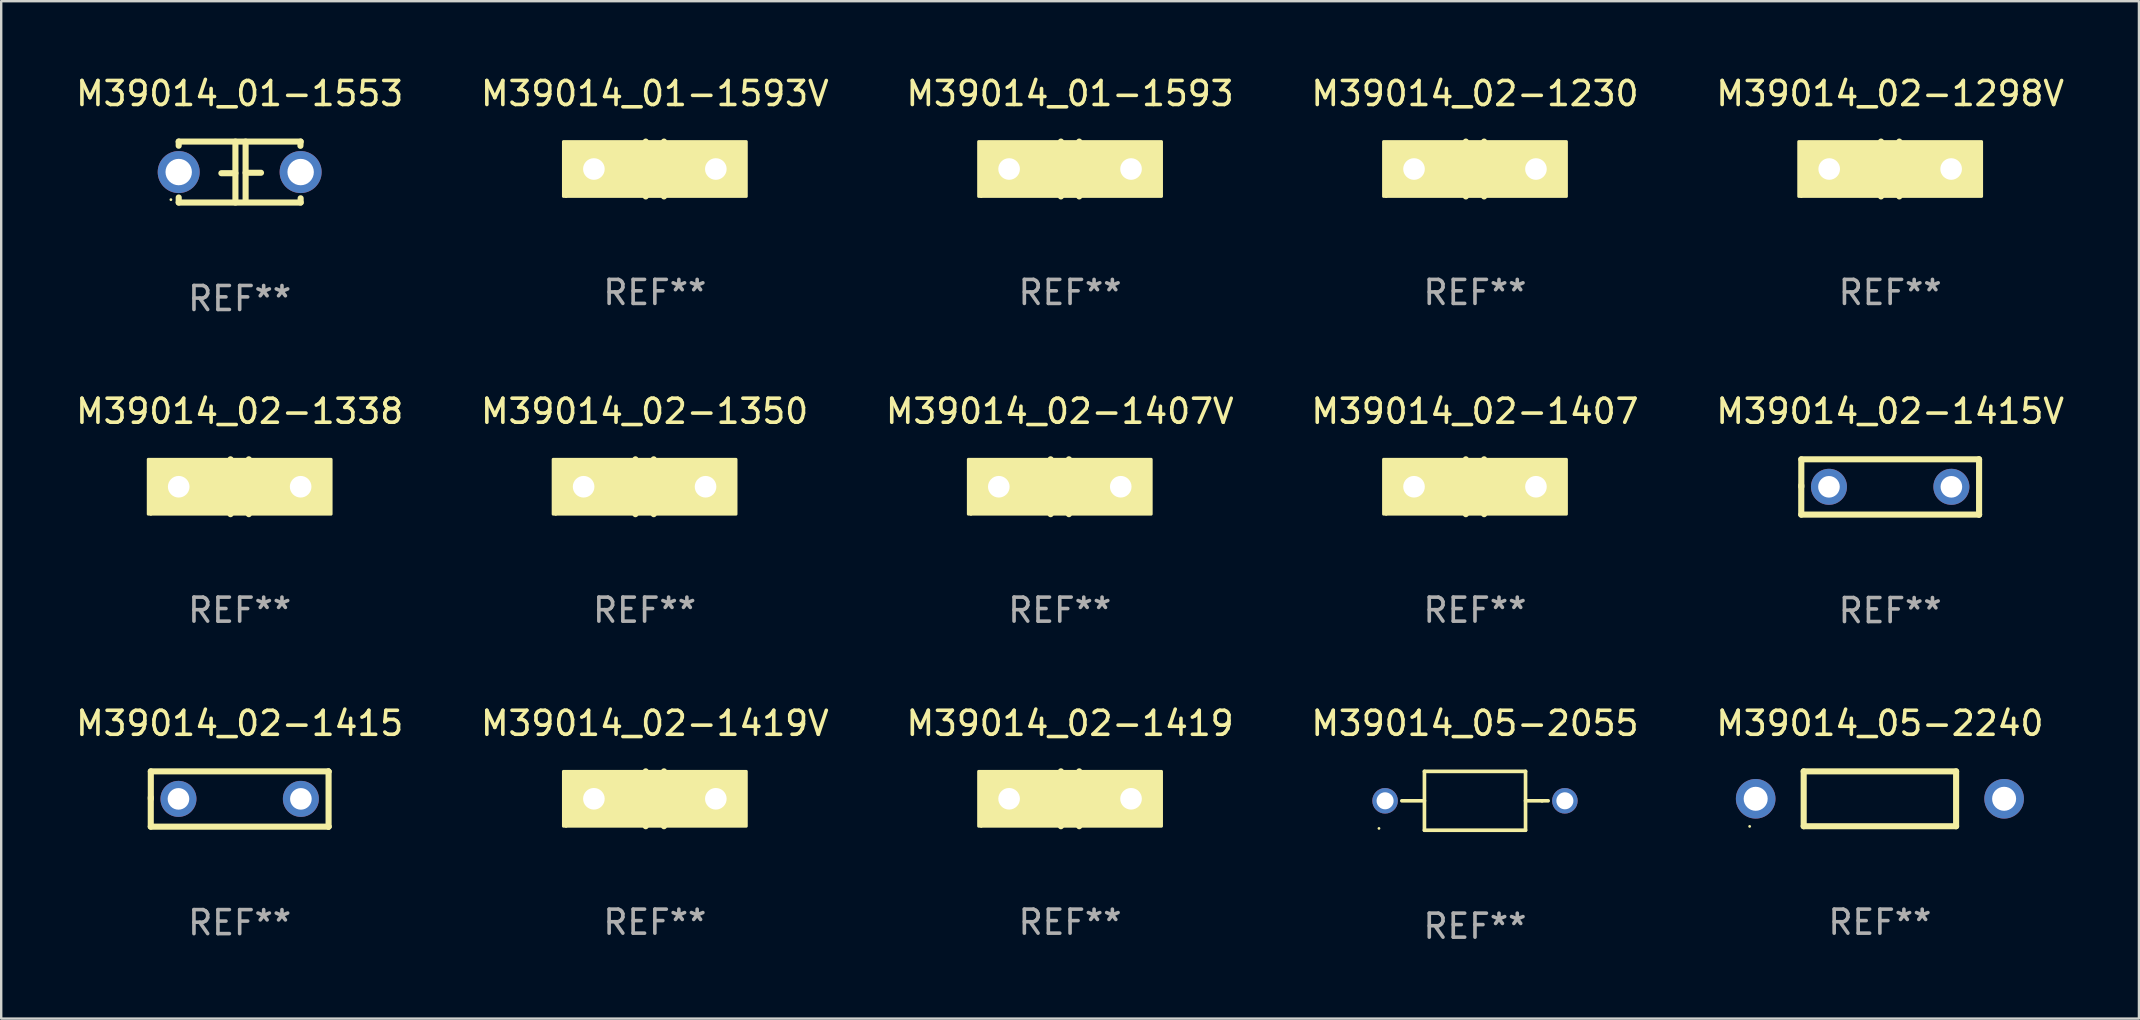
<source format=kicad_pcb>
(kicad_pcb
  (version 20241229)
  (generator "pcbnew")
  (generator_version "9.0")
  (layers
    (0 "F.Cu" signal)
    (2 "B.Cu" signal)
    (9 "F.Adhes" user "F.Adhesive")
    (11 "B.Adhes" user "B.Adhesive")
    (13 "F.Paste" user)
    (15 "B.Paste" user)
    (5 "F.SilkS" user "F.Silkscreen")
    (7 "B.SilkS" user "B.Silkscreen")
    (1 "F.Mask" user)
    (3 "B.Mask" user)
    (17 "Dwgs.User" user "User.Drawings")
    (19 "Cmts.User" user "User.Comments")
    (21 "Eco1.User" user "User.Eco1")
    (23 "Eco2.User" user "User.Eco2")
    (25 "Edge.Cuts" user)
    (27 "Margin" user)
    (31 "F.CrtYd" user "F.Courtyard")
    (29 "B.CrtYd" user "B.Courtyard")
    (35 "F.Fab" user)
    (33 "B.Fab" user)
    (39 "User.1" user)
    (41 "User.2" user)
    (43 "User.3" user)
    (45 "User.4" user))
  (footprint "M39014_02-1407V"
    (layer "F.Cu")
    (at 41.101 17.228)
    (property "Reference" "M39014_02-1407V" (at 0 -3.143 0) (layer "F.SilkS") (effects (font (size 1 1) (thickness 0.15))))
    (attr through_hole)
    (fp_line (start -0.381 -0.017) (end -0.889 -0.017) (stroke (width 0.254) (type solid)) (layer "F.SilkS"))
    (fp_line (start -0.381 1.143) (end -0.381 -1.143) (stroke (width 0.254) (type solid)) (layer "F.SilkS"))
    (fp_line (start 0.381 -1.143) (end 0.381 1.143) (stroke (width 0.254) (type solid)) (layer "F.SilkS"))
    (fp_line (start 0.381 0.017) (end 0.889 0.017) (stroke (width 0.254) (type solid)) (layer "F.SilkS"))
    (fp_circle (center -3.7 1.15) (end -3.67 1.15) (stroke (width 0.06) (type solid)) (fill no) (layer "F.SilkS"))
    (fp_poly (pts (xy -3.81 -1.143) (xy 3.81 -1.143) (xy 3.81 1.143) (xy -3.81 1.143)) (stroke (width 0.12) (type solid)) (fill yes) (layer "F.SilkS"))
    (fp_text user "REF**" (at 0 5.143 0) (layer "F.Fab") (effects (font (size 1 1) (thickness 0.15))))
    (pad "1" thru_hole circle (at -2.54 0) (size 1.524 1.524) (drill 0.9) (layers "*.Cu" "*.Mask"))
    (pad "2" thru_hole circle (at 2.54 0) (size 1.524 1.524) (drill 0.9) (layers "*.Cu" "*.Mask")))
  (footprint "M39014_02-1338"
    (layer "F.Cu")
    (at 6.935 17.228)
    (property "Reference" "M39014_02-1338" (at 0 -3.143 0) (layer "F.SilkS") (effects (font (size 1 1) (thickness 0.15))))
    (attr through_hole)
    (fp_line (start -0.381 -0.017) (end -0.889 -0.017) (stroke (width 0.254) (type solid)) (layer "F.SilkS"))
    (fp_line (start -0.381 1.143) (end -0.381 -1.143) (stroke (width 0.254) (type solid)) (layer "F.SilkS"))
    (fp_line (start 0.381 -1.143) (end 0.381 1.143) (stroke (width 0.254) (type solid)) (layer "F.SilkS"))
    (fp_line (start 0.381 0.017) (end 0.889 0.017) (stroke (width 0.254) (type solid)) (layer "F.SilkS"))
    (fp_circle (center -3.7 1.15) (end -3.67 1.15) (stroke (width 0.06) (type solid)) (fill no) (layer "F.SilkS"))
    (fp_poly (pts (xy -3.81 -1.143) (xy 3.81 -1.143) (xy 3.81 1.143) (xy -3.81 1.143)) (stroke (width 0.12) (type solid)) (fill yes) (layer "F.SilkS"))
    (fp_text user "REF**" (at 0 5.143 0) (layer "F.Fab") (effects (font (size 1 1) (thickness 0.15))))
    (pad "1" thru_hole circle (at -2.54 0) (size 1.524 1.524) (drill 0.9) (layers "*.Cu" "*.Mask"))
    (pad "2" thru_hole circle (at 2.54 0) (size 1.524 1.524) (drill 0.9) (layers "*.Cu" "*.Mask")))
  (footprint "M39014_02-1350"
    (layer "F.Cu")
    (at 23.804 17.228)
    (property "Reference" "M39014_02-1350" (at 0 -3.143 0) (layer "F.SilkS") (effects (font (size 1 1) (thickness 0.15))))
    (attr through_hole)
    (fp_line (start -0.381 -0.017) (end -0.889 -0.017) (stroke (width 0.254) (type solid)) (layer "F.SilkS"))
    (fp_line (start -0.381 1.143) (end -0.381 -1.143) (stroke (width 0.254) (type solid)) (layer "F.SilkS"))
    (fp_line (start 0.381 -1.143) (end 0.381 1.143) (stroke (width 0.254) (type solid)) (layer "F.SilkS"))
    (fp_line (start 0.381 0.017) (end 0.889 0.017) (stroke (width 0.254) (type solid)) (layer "F.SilkS"))
    (fp_circle (center -3.7 1.15) (end -3.67 1.15) (stroke (width 0.06) (type solid)) (fill no) (layer "F.SilkS"))
    (fp_poly (pts (xy -3.81 -1.143) (xy 3.81 -1.143) (xy 3.81 1.143) (xy -3.81 1.143)) (stroke (width 0.12) (type solid)) (fill yes) (layer "F.SilkS"))
    (fp_text user "REF**" (at 0 5.143 0) (layer "F.Fab") (effects (font (size 1 1) (thickness 0.15))))
    (pad "1" thru_hole circle (at -2.54 0) (size 1.524 1.524) (drill 0.9) (layers "*.Cu" "*.Mask"))
    (pad "2" thru_hole circle (at 2.54 0) (size 1.524 1.524) (drill 0.9) (layers "*.Cu" "*.Mask")))
  (footprint "M39014_02-1415V"
    (layer "F.Cu")
    (at 75.696 17.237)
    (property "Reference" "M39014_02-1415V" (at 0 -3.152 0) (layer "F.SilkS") (effects (font (size 1 1) (thickness 0.15))))
    (attr through_hole)
    (fp_line (start -3.704 1.152) (end -3.704 -0.067) (stroke (width 0.254) (type solid)) (layer "F.SilkS"))
    (fp_line (start -3.702 -1.152) (end 3.698 -1.152) (stroke (width 0.254) (type solid)) (layer "F.SilkS"))
    (fp_line (start -3.702 -0.009) (end -3.702 -1.152) (stroke (width 0.254) (type solid)) (layer "F.SilkS"))
    (fp_line (start 3.698 -1.152) (end 3.704 -1.146) (stroke (width 0.254) (type solid)) (layer "F.SilkS"))
    (fp_line (start 3.703 1.152) (end -3.704 1.152) (stroke (width 0.254) (type solid)) (layer "F.SilkS"))
    (fp_line (start 3.704 -1.146) (end 3.704 1.151) (stroke (width 0.254) (type solid)) (layer "F.SilkS"))
    (fp_line (start 3.704 1.151) (end 3.703 1.152) (stroke (width 0.254) (type solid)) (layer "F.SilkS"))
    (fp_circle (center -3.7 1.144) (end -3.67 1.144) (stroke (width 0.06) (type solid)) (fill no) (layer "F.SilkS"))
    (fp_text user "REF**" (at 0 5.152 0) (layer "F.Fab") (effects (font (size 1 1) (thickness 0.15))))
    (pad "1" thru_hole circle (at -2.55 -0.006) (size 1.5 1.5) (drill 0.9) (layers "*.Cu" "*.Mask"))
    (pad "2" thru_hole circle (at 2.55 -0.006) (size 1.5 1.5) (drill 0.9) (layers "*.Cu" "*.Mask")))
  (footprint "M39014_01-1593V"
    (layer "F.Cu")
    (at 24.232 3.991)
    (property "Reference" "M39014_01-1593V" (at 0 -3.143 0) (layer "F.SilkS") (effects (font (size 1 1) (thickness 0.15))))
    (attr through_hole)
    (fp_line (start -0.381 -0.017) (end -0.889 -0.017) (stroke (width 0.254) (type solid)) (layer "F.SilkS"))
    (fp_line (start -0.381 1.143) (end -0.381 -1.143) (stroke (width 0.254) (type solid)) (layer "F.SilkS"))
    (fp_line (start 0.381 -1.143) (end 0.381 1.143) (stroke (width 0.254) (type solid)) (layer "F.SilkS"))
    (fp_line (start 0.381 0.017) (end 0.889 0.017) (stroke (width 0.254) (type solid)) (layer "F.SilkS"))
    (fp_circle (center -3.7 1.15) (end -3.67 1.15) (stroke (width 0.06) (type solid)) (fill no) (layer "F.SilkS"))
    (fp_poly (pts (xy -3.81 -1.143) (xy 3.81 -1.143) (xy 3.81 1.143) (xy -3.81 1.143)) (stroke (width 0.12) (type solid)) (fill yes) (layer "F.SilkS"))
    (fp_text user "REF**" (at 0 5.143 0) (layer "F.Fab") (effects (font (size 1 1) (thickness 0.15))))
    (pad "1" thru_hole circle (at -2.54 0) (size 1.524 1.524) (drill 0.9) (layers "*.Cu" "*.Mask"))
    (pad "2" thru_hole circle (at 2.54 0) (size 1.524 1.524) (drill 0.9) (layers "*.Cu" "*.Mask")))
  (footprint "M39014_01-1553"
    (layer "F.Cu")
    (at 6.935 4.118)
    (property "Reference" "M39014_01-1553" (at 0 -3.27 0) (layer "F.SilkS") (effects (font (size 1 1) (thickness 0.15))))
    (attr through_hole)
    (fp_line (start -2.54 -1.27) (end 2.54 -1.27) (stroke (width 0.254) (type solid)) (layer "F.SilkS"))
    (fp_line (start -2.54 -1.097) (end -2.54 -1.27) (stroke (width 0.254) (type solid)) (layer "F.SilkS"))
    (fp_line (start -2.54 1.27) (end -2.54 1.059) (stroke (width 0.254) (type solid)) (layer "F.SilkS"))
    (fp_line (start -0.177 -1.27) (end -0.177 1.27) (stroke (width 0.254) (type solid)) (layer "F.SilkS"))
    (fp_line (start -0.177 0.048) (end -0.762 0.048) (stroke (width 0.254) (type solid)) (layer "F.SilkS"))
    (fp_line (start 0.247 -1.27) (end 0.247 1.143) (stroke (width 0.254) (type solid)) (layer "F.SilkS"))
    (fp_line (start 0.247 0.029) (end 0.889 0.029) (stroke (width 0.254) (type solid)) (layer "F.SilkS"))
    (fp_line (start 2.54 -1.27) (end 2.531 -1.092) (stroke (width 0.254) (type solid)) (layer "F.SilkS"))
    (fp_line (start 2.54 1.092) (end 2.54 1.27) (stroke (width 0.254) (type solid)) (layer "F.SilkS"))
    (fp_line (start 2.54 1.27) (end -2.54 1.27) (stroke (width 0.254) (type solid)) (layer "F.SilkS"))
    (fp_circle (center -2.865 1.15) (end -2.835 1.15) (stroke (width 0.06) (type solid)) (fill no) (layer "F.SilkS"))
    (fp_text user "REF**" (at 0 5.27 0) (layer "F.Fab") (effects (font (size 1 1) (thickness 0.15))))
    (pad "1" thru_hole circle (at -2.54 0) (size 1.75 1.75) (drill 1.1) (layers "*.Cu" "*.Mask"))
    (pad "2" thru_hole circle (at 2.54 0) (size 1.75 1.75) (drill 1.1) (layers "*.Cu" "*.Mask")))
  (footprint "M39014_02-1298V"
    (layer "F.Cu")
    (at 75.696 3.991)
    (property "Reference" "M39014_02-1298V" (at 0 -3.143 0) (layer "F.SilkS") (effects (font (size 1 1) (thickness 0.15))))
    (attr through_hole)
    (fp_line (start -0.381 -0.017) (end -0.889 -0.017) (stroke (width 0.254) (type solid)) (layer "F.SilkS"))
    (fp_line (start -0.381 1.143) (end -0.381 -1.143) (stroke (width 0.254) (type solid)) (layer "F.SilkS"))
    (fp_line (start 0.381 -1.143) (end 0.381 1.143) (stroke (width 0.254) (type solid)) (layer "F.SilkS"))
    (fp_line (start 0.381 0.017) (end 0.889 0.017) (stroke (width 0.254) (type solid)) (layer "F.SilkS"))
    (fp_circle (center -3.7 1.15) (end -3.67 1.15) (stroke (width 0.06) (type solid)) (fill no) (layer "F.SilkS"))
    (fp_poly (pts (xy -3.81 -1.143) (xy 3.81 -1.143) (xy 3.81 1.143) (xy -3.81 1.143)) (stroke (width 0.12) (type solid)) (fill yes) (layer "F.SilkS"))
    (fp_text user "REF**" (at 0 5.143 0) (layer "F.Fab") (effects (font (size 1 1) (thickness 0.15))))
    (pad "1" thru_hole circle (at -2.54 0) (size 1.524 1.524) (drill 0.9) (layers "*.Cu" "*.Mask"))
    (pad "2" thru_hole circle (at 2.54 0) (size 1.524 1.524) (drill 0.9) (layers "*.Cu" "*.Mask")))
  (footprint "M39014_02-1415"
    (layer "F.Cu")
    (at 6.935 30.238)
    (property "Reference" "M39014_02-1415" (at 0 -3.152 0) (layer "F.SilkS") (effects (font (size 1 1) (thickness 0.15))))
    (attr through_hole)
    (fp_line (start -3.704 1.152) (end -3.704 -0.067) (stroke (width 0.254) (type solid)) (layer "F.SilkS"))
    (fp_line (start -3.702 -1.152) (end 3.698 -1.152) (stroke (width 0.254) (type solid)) (layer "F.SilkS"))
    (fp_line (start -3.702 -0.009) (end -3.702 -1.152) (stroke (width 0.254) (type solid)) (layer "F.SilkS"))
    (fp_line (start 3.698 -1.152) (end 3.704 -1.146) (stroke (width 0.254) (type solid)) (layer "F.SilkS"))
    (fp_line (start 3.703 1.152) (end -3.704 1.152) (stroke (width 0.254) (type solid)) (layer "F.SilkS"))
    (fp_line (start 3.704 -1.146) (end 3.704 1.151) (stroke (width 0.254) (type solid)) (layer "F.SilkS"))
    (fp_line (start 3.704 1.151) (end 3.703 1.152) (stroke (width 0.254) (type solid)) (layer "F.SilkS"))
    (fp_circle (center -3.7 1.144) (end -3.67 1.144) (stroke (width 0.06) (type solid)) (fill no) (layer "F.SilkS"))
    (fp_text user "REF**" (at 0 5.152 0) (layer "F.Fab") (effects (font (size 1 1) (thickness 0.15))))
    (pad "1" thru_hole circle (at -2.55 -0.006) (size 1.5 1.5) (drill 0.9) (layers "*.Cu" "*.Mask"))
    (pad "2" thru_hole circle (at 2.55 -0.006) (size 1.5 1.5) (drill 0.9) (layers "*.Cu" "*.Mask")))
  (footprint "M39014_02-1419V"
    (layer "F.Cu")
    (at 24.232 30.228)
    (property "Reference" "M39014_02-1419V" (at 0 -3.143 0) (layer "F.SilkS") (effects (font (size 1 1) (thickness 0.15))))
    (attr through_hole)
    (fp_line (start -0.381 -0.017) (end -0.889 -0.017) (stroke (width 0.254) (type solid)) (layer "F.SilkS"))
    (fp_line (start -0.381 1.143) (end -0.381 -1.143) (stroke (width 0.254) (type solid)) (layer "F.SilkS"))
    (fp_line (start 0.381 -1.143) (end 0.381 1.143) (stroke (width 0.254) (type solid)) (layer "F.SilkS"))
    (fp_line (start 0.381 0.017) (end 0.889 0.017) (stroke (width 0.254) (type solid)) (layer "F.SilkS"))
    (fp_circle (center -3.7 1.15) (end -3.67 1.15) (stroke (width 0.06) (type solid)) (fill no) (layer "F.SilkS"))
    (fp_poly (pts (xy -3.81 -1.143) (xy 3.81 -1.143) (xy 3.81 1.143) (xy -3.81 1.143)) (stroke (width 0.12) (type solid)) (fill yes) (layer "F.SilkS"))
    (fp_text user "REF**" (at 0 5.143 0) (layer "F.Fab") (effects (font (size 1 1) (thickness 0.15))))
    (pad "1" thru_hole circle (at -2.54 0) (size 1.524 1.524) (drill 0.9) (layers "*.Cu" "*.Mask"))
    (pad "2" thru_hole circle (at 2.54 0) (size 1.524 1.524) (drill 0.9) (layers "*.Cu" "*.Mask")))
  (footprint "M39014_02-1407"
    (layer "F.Cu")
    (at 58.399 17.228)
    (property "Reference" "M39014_02-1407" (at 0 -3.143 0) (layer "F.SilkS") (effects (font (size 1 1) (thickness 0.15))))
    (attr through_hole)
    (fp_line (start -0.381 -0.017) (end -0.889 -0.017) (stroke (width 0.254) (type solid)) (layer "F.SilkS"))
    (fp_line (start -0.381 1.143) (end -0.381 -1.143) (stroke (width 0.254) (type solid)) (layer "F.SilkS"))
    (fp_line (start 0.381 -1.143) (end 0.381 1.143) (stroke (width 0.254) (type solid)) (layer "F.SilkS"))
    (fp_line (start 0.381 0.017) (end 0.889 0.017) (stroke (width 0.254) (type solid)) (layer "F.SilkS"))
    (fp_circle (center -3.7 1.15) (end -3.67 1.15) (stroke (width 0.06) (type solid)) (fill no) (layer "F.SilkS"))
    (fp_poly (pts (xy -3.81 -1.143) (xy 3.81 -1.143) (xy 3.81 1.143) (xy -3.81 1.143)) (stroke (width 0.12) (type solid)) (fill yes) (layer "F.SilkS"))
    (fp_text user "REF**" (at 0 5.143 0) (layer "F.Fab") (effects (font (size 1 1) (thickness 0.15))))
    (pad "1" thru_hole circle (at -2.54 0) (size 1.524 1.524) (drill 0.9) (layers "*.Cu" "*.Mask"))
    (pad "2" thru_hole circle (at 2.54 0) (size 1.524 1.524) (drill 0.9) (layers "*.Cu" "*.Mask")))
  (footprint "M39014_05-2055"
    (layer "F.Cu")
    (at 58.399 30.312)
    (property "Reference" "M39014_05-2055" (at 0 -3.226 0) (layer "F.SilkS") (effects (font (size 1 1) (thickness 0.15))))
    (attr through_hole)
    (fp_line (start -3.048 0) (end -2.106 0) (stroke (width 0.152) (type solid)) (layer "F.SilkS"))
    (fp_line (start -2.106 -1.226) (end 2.106 -1.226) (stroke (width 0.152) (type solid)) (layer "F.SilkS"))
    (fp_line (start -2.106 1.226) (end -2.106 -1.226) (stroke (width 0.152) (type solid)) (layer "F.SilkS"))
    (fp_line (start 2.106 -1.226) (end 2.106 1.226) (stroke (width 0.152) (type solid)) (layer "F.SilkS"))
    (fp_line (start 2.106 1.226) (end -2.106 1.226) (stroke (width 0.152) (type solid)) (layer "F.SilkS"))
    (fp_line (start 2.794 0) (end 2.106 0) (stroke (width 0.152) (type solid)) (layer "F.SilkS"))
    (fp_line (start 2.794 0) (end 3.048 0) (stroke (width 0.152) (type solid)) (layer "F.SilkS"))
    (fp_circle (center -4 1.15) (end -3.97 1.15) (stroke (width 0.06) (type solid)) (fill no) (layer "F.SilkS"))
    (fp_text user "REF**" (at 0 5.226 0) (layer "F.Fab") (effects (font (size 1 1) (thickness 0.15))))
    (pad "1" thru_hole circle (at -3.745 0) (size 1.065 1.065) (drill 0.71) (layers "*.Cu" "*.Mask"))
    (pad "2" thru_hole circle (at 3.745 0) (size 1.065 1.065) (drill 0.71) (layers "*.Cu" "*.Mask")))
  (footprint "M39014_02-1230"
    (layer "F.Cu")
    (at 58.399 3.991)
    (property "Reference" "M39014_02-1230" (at 0 -3.143 0) (layer "F.SilkS") (effects (font (size 1 1) (thickness 0.15))))
    (attr through_hole)
    (fp_line (start -0.381 -0.017) (end -0.889 -0.017) (stroke (width 0.254) (type solid)) (layer "F.SilkS"))
    (fp_line (start -0.381 1.143) (end -0.381 -1.143) (stroke (width 0.254) (type solid)) (layer "F.SilkS"))
    (fp_line (start 0.381 -1.143) (end 0.381 1.143) (stroke (width 0.254) (type solid)) (layer "F.SilkS"))
    (fp_line (start 0.381 0.017) (end 0.889 0.017) (stroke (width 0.254) (type solid)) (layer "F.SilkS"))
    (fp_circle (center -3.7 1.15) (end -3.67 1.15) (stroke (width 0.06) (type solid)) (fill no) (layer "F.SilkS"))
    (fp_poly (pts (xy -3.81 -1.143) (xy 3.81 -1.143) (xy 3.81 1.143) (xy -3.81 1.143)) (stroke (width 0.12) (type solid)) (fill yes) (layer "F.SilkS"))
    (fp_text user "REF**" (at 0 5.143 0) (layer "F.Fab") (effects (font (size 1 1) (thickness 0.15))))
    (pad "1" thru_hole circle (at -2.54 0) (size 1.524 1.524) (drill 0.9) (layers "*.Cu" "*.Mask"))
    (pad "2" thru_hole circle (at 2.54 0) (size 1.524 1.524) (drill 0.9) (layers "*.Cu" "*.Mask")))
  (footprint "M39014_02-1419"
    (layer "F.Cu")
    (at 41.53 30.228)
    (property "Reference" "M39014_02-1419" (at 0 -3.143 0) (layer "F.SilkS") (effects (font (size 1 1) (thickness 0.15))))
    (attr through_hole)
    (fp_line (start -0.381 -0.017) (end -0.889 -0.017) (stroke (width 0.254) (type solid)) (layer "F.SilkS"))
    (fp_line (start -0.381 1.143) (end -0.381 -1.143) (stroke (width 0.254) (type solid)) (layer "F.SilkS"))
    (fp_line (start 0.381 -1.143) (end 0.381 1.143) (stroke (width 0.254) (type solid)) (layer "F.SilkS"))
    (fp_line (start 0.381 0.017) (end 0.889 0.017) (stroke (width 0.254) (type solid)) (layer "F.SilkS"))
    (fp_circle (center -3.7 1.15) (end -3.67 1.15) (stroke (width 0.06) (type solid)) (fill no) (layer "F.SilkS"))
    (fp_poly (pts (xy -3.81 -1.143) (xy 3.81 -1.143) (xy 3.81 1.143) (xy -3.81 1.143)) (stroke (width 0.12) (type solid)) (fill yes) (layer "F.SilkS"))
    (fp_text user "REF**" (at 0 5.143 0) (layer "F.Fab") (effects (font (size 1 1) (thickness 0.15))))
    (pad "1" thru_hole circle (at -2.54 0) (size 1.524 1.524) (drill 0.9) (layers "*.Cu" "*.Mask"))
    (pad "2" thru_hole circle (at 2.54 0) (size 1.524 1.524) (drill 0.9) (layers "*.Cu" "*.Mask")))
  (footprint "M39014_05-2240"
    (layer "F.Cu")
    (at 75.268 30.228)
    (property "Reference" "M39014_05-2240" (at 0 -3.143 0) (layer "F.SilkS") (effects (font (size 1 1) (thickness 0.15))))
    (attr through_hole)
    (fp_line (start -3.175 -1.143) (end -3.175 1.143) (stroke (width 0.254) (type solid)) (layer "F.SilkS"))
    (fp_line (start -3.175 1.143) (end 3.175 1.143) (stroke (width 0.254) (type solid)) (layer "F.SilkS"))
    (fp_line (start 3.175 -1.143) (end -3.175 -1.143) (stroke (width 0.254) (type solid)) (layer "F.SilkS"))
    (fp_line (start 3.175 1.143) (end 3.175 -1.143) (stroke (width 0.254) (type solid)) (layer "F.SilkS"))
    (fp_circle (center -5.426 1.15) (end -5.396 1.15) (stroke (width 0.06) (type solid)) (fill no) (layer "F.SilkS"))
    (fp_text user "REF**" (at 0 5.143 0) (layer "F.Fab") (effects (font (size 1 1) (thickness 0.15))))
    (pad "1" thru_hole circle (at -5.175 0) (size 1.65 1.65) (drill 1) (layers "*.Cu" "*.Mask"))
    (pad "2" thru_hole circle (at 5.175 0) (size 1.65 1.65) (drill 1) (layers "*.Cu" "*.Mask")))
  (footprint "M39014_01-1593"
    (layer "F.Cu")
    (at 41.53 3.991)
    (property "Reference" "M39014_01-1593" (at 0 -3.143 0) (layer "F.SilkS") (effects (font (size 1 1) (thickness 0.15))))
    (attr through_hole)
    (fp_line (start -0.381 -0.017) (end -0.889 -0.017) (stroke (width 0.254) (type solid)) (layer "F.SilkS"))
    (fp_line (start -0.381 1.143) (end -0.381 -1.143) (stroke (width 0.254) (type solid)) (layer "F.SilkS"))
    (fp_line (start 0.381 -1.143) (end 0.381 1.143) (stroke (width 0.254) (type solid)) (layer "F.SilkS"))
    (fp_line (start 0.381 0.017) (end 0.889 0.017) (stroke (width 0.254) (type solid)) (layer "F.SilkS"))
    (fp_circle (center -3.7 1.15) (end -3.67 1.15) (stroke (width 0.06) (type solid)) (fill no) (layer "F.SilkS"))
    (fp_poly (pts (xy -3.81 -1.143) (xy 3.81 -1.143) (xy 3.81 1.143) (xy -3.81 1.143)) (stroke (width 0.12) (type solid)) (fill yes) (layer "F.SilkS"))
    (fp_text user "REF**" (at 0 5.143 0) (layer "F.Fab") (effects (font (size 1 1) (thickness 0.15))))
    (pad "1" thru_hole circle (at -2.54 0) (size 1.524 1.524) (drill 0.9) (layers "*.Cu" "*.Mask"))
    (pad "2" thru_hole circle (at 2.54 0) (size 1.524 1.524) (drill 0.9) (layers "*.Cu" "*.Mask")))
  (gr_rect
    (start -3 -3)
    (end 86.06 39.386)
    (stroke (width 0.1) (type default))
    (fill no)
    (layer "Edge.Cuts")))
</source>
